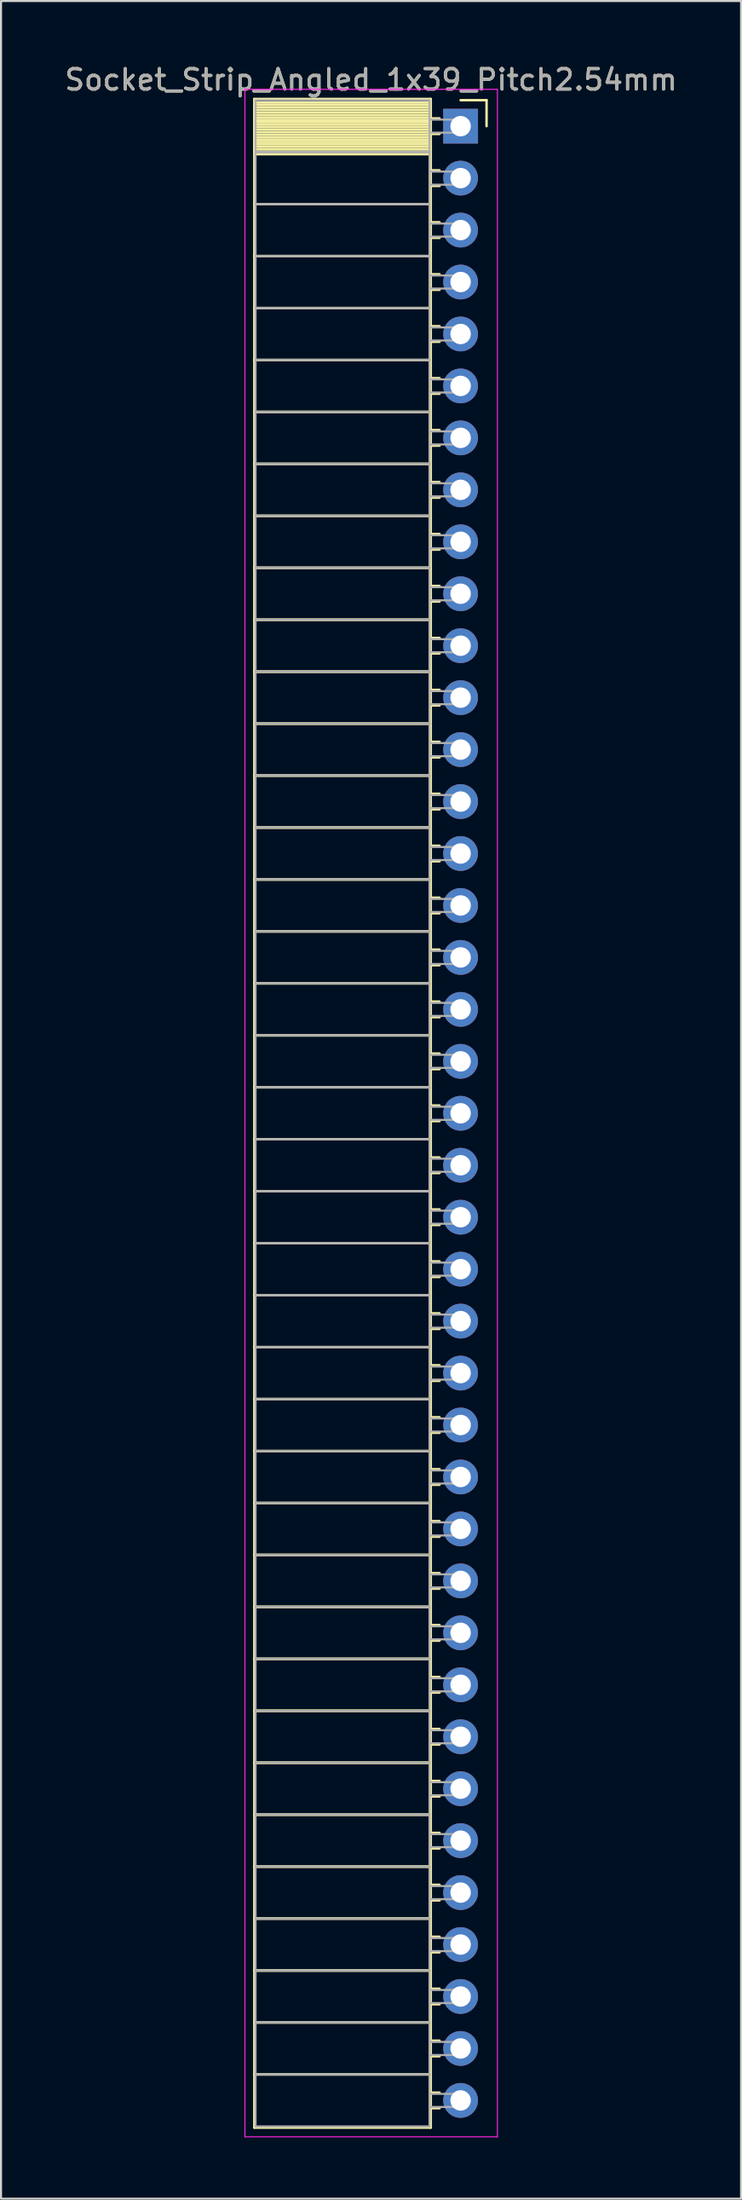
<source format=kicad_pcb>
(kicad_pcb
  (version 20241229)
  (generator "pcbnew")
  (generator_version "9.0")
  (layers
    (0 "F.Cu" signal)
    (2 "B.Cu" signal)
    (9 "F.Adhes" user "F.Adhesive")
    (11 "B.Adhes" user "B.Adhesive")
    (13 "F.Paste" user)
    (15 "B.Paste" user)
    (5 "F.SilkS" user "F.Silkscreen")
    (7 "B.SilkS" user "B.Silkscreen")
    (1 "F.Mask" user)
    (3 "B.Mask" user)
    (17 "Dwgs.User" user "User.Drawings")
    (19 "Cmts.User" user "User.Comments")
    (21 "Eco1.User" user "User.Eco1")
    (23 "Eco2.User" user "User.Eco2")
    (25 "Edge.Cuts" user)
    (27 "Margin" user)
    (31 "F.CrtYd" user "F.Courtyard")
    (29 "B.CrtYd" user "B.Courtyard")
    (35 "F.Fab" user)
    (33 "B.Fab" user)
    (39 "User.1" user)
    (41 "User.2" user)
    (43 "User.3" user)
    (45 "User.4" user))
  (footprint "Socket_Strip_Angled_1x39_Pitch2.54mm"
    (layer "F.Cu")
    (at 19.481 3.118)
    (property "Reference" "Socket_Strip_Angled_1x39_Pitch2.54mm" (at -4.38 -2.27 0) (layer "F.SilkS") (effects (font (size 1 1) (thickness 0.15))))
    (attr through_hole)
    (fp_line (start -10.09 -1.33) (end -1.46 -1.33) (stroke (width 0.12) (type solid)) (layer "F.SilkS"))
    (fp_line (start -10.09 1.27) (end -10.09 -1.33) (stroke (width 0.12) (type solid)) (layer "F.SilkS"))
    (fp_line (start -10.09 1.27) (end -1.46 1.27) (stroke (width 0.12) (type solid)) (layer "F.SilkS"))
    (fp_line (start -10.09 3.81) (end -10.09 1.27) (stroke (width 0.12) (type solid)) (layer "F.SilkS"))
    (fp_line (start -10.09 3.81) (end -1.46 3.81) (stroke (width 0.12) (type solid)) (layer "F.SilkS"))
    (fp_line (start -10.09 6.35) (end -10.09 3.81) (stroke (width 0.12) (type solid)) (layer "F.SilkS"))
    (fp_line (start -10.09 6.35) (end -1.46 6.35) (stroke (width 0.12) (type solid)) (layer "F.SilkS"))
    (fp_line (start -10.09 8.89) (end -10.09 6.35) (stroke (width 0.12) (type solid)) (layer "F.SilkS"))
    (fp_line (start -10.09 8.89) (end -1.46 8.89) (stroke (width 0.12) (type solid)) (layer "F.SilkS"))
    (fp_line (start -10.09 11.43) (end -10.09 8.89) (stroke (width 0.12) (type solid)) (layer "F.SilkS"))
    (fp_line (start -10.09 11.43) (end -1.46 11.43) (stroke (width 0.12) (type solid)) (layer "F.SilkS"))
    (fp_line (start -10.09 13.97) (end -10.09 11.43) (stroke (width 0.12) (type solid)) (layer "F.SilkS"))
    (fp_line (start -10.09 13.97) (end -1.46 13.97) (stroke (width 0.12) (type solid)) (layer "F.SilkS"))
    (fp_line (start -10.09 16.51) (end -10.09 13.97) (stroke (width 0.12) (type solid)) (layer "F.SilkS"))
    (fp_line (start -10.09 16.51) (end -1.46 16.51) (stroke (width 0.12) (type solid)) (layer "F.SilkS"))
    (fp_line (start -10.09 19.05) (end -10.09 16.51) (stroke (width 0.12) (type solid)) (layer "F.SilkS"))
    (fp_line (start -10.09 19.05) (end -1.46 19.05) (stroke (width 0.12) (type solid)) (layer "F.SilkS"))
    (fp_line (start -10.09 21.59) (end -10.09 19.05) (stroke (width 0.12) (type solid)) (layer "F.SilkS"))
    (fp_line (start -10.09 21.59) (end -1.46 21.59) (stroke (width 0.12) (type solid)) (layer "F.SilkS"))
    (fp_line (start -10.09 24.13) (end -10.09 21.59) (stroke (width 0.12) (type solid)) (layer "F.SilkS"))
    (fp_line (start -10.09 24.13) (end -1.46 24.13) (stroke (width 0.12) (type solid)) (layer "F.SilkS"))
    (fp_line (start -10.09 26.67) (end -10.09 24.13) (stroke (width 0.12) (type solid)) (layer "F.SilkS"))
    (fp_line (start -10.09 26.67) (end -1.46 26.67) (stroke (width 0.12) (type solid)) (layer "F.SilkS"))
    (fp_line (start -10.09 29.21) (end -10.09 26.67) (stroke (width 0.12) (type solid)) (layer "F.SilkS"))
    (fp_line (start -10.09 29.21) (end -1.46 29.21) (stroke (width 0.12) (type solid)) (layer "F.SilkS"))
    (fp_line (start -10.09 31.75) (end -10.09 29.21) (stroke (width 0.12) (type solid)) (layer "F.SilkS"))
    (fp_line (start -10.09 31.75) (end -1.46 31.75) (stroke (width 0.12) (type solid)) (layer "F.SilkS"))
    (fp_line (start -10.09 34.29) (end -10.09 31.75) (stroke (width 0.12) (type solid)) (layer "F.SilkS"))
    (fp_line (start -10.09 34.29) (end -1.46 34.29) (stroke (width 0.12) (type solid)) (layer "F.SilkS"))
    (fp_line (start -10.09 36.83) (end -10.09 34.29) (stroke (width 0.12) (type solid)) (layer "F.SilkS"))
    (fp_line (start -10.09 36.83) (end -1.46 36.83) (stroke (width 0.12) (type solid)) (layer "F.SilkS"))
    (fp_line (start -10.09 39.37) (end -10.09 36.83) (stroke (width 0.12) (type solid)) (layer "F.SilkS"))
    (fp_line (start -10.09 39.37) (end -1.46 39.37) (stroke (width 0.12) (type solid)) (layer "F.SilkS"))
    (fp_line (start -10.09 41.91) (end -10.09 39.37) (stroke (width 0.12) (type solid)) (layer "F.SilkS"))
    (fp_line (start -10.09 41.91) (end -1.46 41.91) (stroke (width 0.12) (type solid)) (layer "F.SilkS"))
    (fp_line (start -10.09 44.45) (end -10.09 41.91) (stroke (width 0.12) (type solid)) (layer "F.SilkS"))
    (fp_line (start -10.09 44.45) (end -1.46 44.45) (stroke (width 0.12) (type solid)) (layer "F.SilkS"))
    (fp_line (start -10.09 46.99) (end -10.09 44.45) (stroke (width 0.12) (type solid)) (layer "F.SilkS"))
    (fp_line (start -10.09 46.99) (end -1.46 46.99) (stroke (width 0.12) (type solid)) (layer "F.SilkS"))
    (fp_line (start -10.09 49.53) (end -10.09 46.99) (stroke (width 0.12) (type solid)) (layer "F.SilkS"))
    (fp_line (start -10.09 49.53) (end -1.46 49.53) (stroke (width 0.12) (type solid)) (layer "F.SilkS"))
    (fp_line (start -10.09 52.07) (end -10.09 49.53) (stroke (width 0.12) (type solid)) (layer "F.SilkS"))
    (fp_line (start -10.09 52.07) (end -1.46 52.07) (stroke (width 0.12) (type solid)) (layer "F.SilkS"))
    (fp_line (start -10.09 54.61) (end -10.09 52.07) (stroke (width 0.12) (type solid)) (layer "F.SilkS"))
    (fp_line (start -10.09 54.61) (end -1.46 54.61) (stroke (width 0.12) (type solid)) (layer "F.SilkS"))
    (fp_line (start -10.09 57.15) (end -10.09 54.61) (stroke (width 0.12) (type solid)) (layer "F.SilkS"))
    (fp_line (start -10.09 57.15) (end -1.46 57.15) (stroke (width 0.12) (type solid)) (layer "F.SilkS"))
    (fp_line (start -10.09 59.69) (end -10.09 57.15) (stroke (width 0.12) (type solid)) (layer "F.SilkS"))
    (fp_line (start -10.09 59.69) (end -1.46 59.69) (stroke (width 0.12) (type solid)) (layer "F.SilkS"))
    (fp_line (start -10.09 62.23) (end -10.09 59.69) (stroke (width 0.12) (type solid)) (layer "F.SilkS"))
    (fp_line (start -10.09 62.23) (end -1.46 62.23) (stroke (width 0.12) (type solid)) (layer "F.SilkS"))
    (fp_line (start -10.09 64.77) (end -10.09 62.23) (stroke (width 0.12) (type solid)) (layer "F.SilkS"))
    (fp_line (start -10.09 64.77) (end -1.46 64.77) (stroke (width 0.12) (type solid)) (layer "F.SilkS"))
    (fp_line (start -10.09 67.31) (end -10.09 64.77) (stroke (width 0.12) (type solid)) (layer "F.SilkS"))
    (fp_line (start -10.09 67.31) (end -1.46 67.31) (stroke (width 0.12) (type solid)) (layer "F.SilkS"))
    (fp_line (start -10.09 69.85) (end -10.09 67.31) (stroke (width 0.12) (type solid)) (layer "F.SilkS"))
    (fp_line (start -10.09 69.85) (end -1.46 69.85) (stroke (width 0.12) (type solid)) (layer "F.SilkS"))
    (fp_line (start -10.09 72.39) (end -10.09 69.85) (stroke (width 0.12) (type solid)) (layer "F.SilkS"))
    (fp_line (start -10.09 72.39) (end -1.46 72.39) (stroke (width 0.12) (type solid)) (layer "F.SilkS"))
    (fp_line (start -10.09 74.93) (end -10.09 72.39) (stroke (width 0.12) (type solid)) (layer "F.SilkS"))
    (fp_line (start -10.09 74.93) (end -1.46 74.93) (stroke (width 0.12) (type solid)) (layer "F.SilkS"))
    (fp_line (start -10.09 77.47) (end -10.09 74.93) (stroke (width 0.12) (type solid)) (layer "F.SilkS"))
    (fp_line (start -10.09 77.47) (end -1.46 77.47) (stroke (width 0.12) (type solid)) (layer "F.SilkS"))
    (fp_line (start -10.09 80.01) (end -10.09 77.47) (stroke (width 0.12) (type solid)) (layer "F.SilkS"))
    (fp_line (start -10.09 80.01) (end -1.46 80.01) (stroke (width 0.12) (type solid)) (layer "F.SilkS"))
    (fp_line (start -10.09 82.55) (end -10.09 80.01) (stroke (width 0.12) (type solid)) (layer "F.SilkS"))
    (fp_line (start -10.09 82.55) (end -1.46 82.55) (stroke (width 0.12) (type solid)) (layer "F.SilkS"))
    (fp_line (start -10.09 85.09) (end -10.09 82.55) (stroke (width 0.12) (type solid)) (layer "F.SilkS"))
    (fp_line (start -10.09 85.09) (end -1.46 85.09) (stroke (width 0.12) (type solid)) (layer "F.SilkS"))
    (fp_line (start -10.09 87.63) (end -10.09 85.09) (stroke (width 0.12) (type solid)) (layer "F.SilkS"))
    (fp_line (start -10.09 87.63) (end -1.46 87.63) (stroke (width 0.12) (type solid)) (layer "F.SilkS"))
    (fp_line (start -10.09 90.17) (end -10.09 87.63) (stroke (width 0.12) (type solid)) (layer "F.SilkS"))
    (fp_line (start -10.09 90.17) (end -1.46 90.17) (stroke (width 0.12) (type solid)) (layer "F.SilkS"))
    (fp_line (start -10.09 92.71) (end -10.09 90.17) (stroke (width 0.12) (type solid)) (layer "F.SilkS"))
    (fp_line (start -10.09 92.71) (end -1.46 92.71) (stroke (width 0.12) (type solid)) (layer "F.SilkS"))
    (fp_line (start -10.09 95.25) (end -10.09 92.71) (stroke (width 0.12) (type solid)) (layer "F.SilkS"))
    (fp_line (start -10.09 95.25) (end -1.46 95.25) (stroke (width 0.12) (type solid)) (layer "F.SilkS"))
    (fp_line (start -10.09 97.85) (end -10.09 95.25) (stroke (width 0.12) (type solid)) (layer "F.SilkS"))
    (fp_line (start -1.46 -1.33) (end -1.46 1.27) (stroke (width 0.12) (type solid)) (layer "F.SilkS"))
    (fp_line (start -1.46 -1.15) (end -10.09 -1.15) (stroke (width 0.12) (type solid)) (layer "F.SilkS"))
    (fp_line (start -1.46 -1.03) (end -10.09 -1.03) (stroke (width 0.12) (type solid)) (layer "F.SilkS"))
    (fp_line (start -1.46 -0.91) (end -10.09 -0.91) (stroke (width 0.12) (type solid)) (layer "F.SilkS"))
    (fp_line (start -1.46 -0.79) (end -10.09 -0.79) (stroke (width 0.12) (type solid)) (layer "F.SilkS"))
    (fp_line (start -1.46 -0.67) (end -10.09 -0.67) (stroke (width 0.12) (type solid)) (layer "F.SilkS"))
    (fp_line (start -1.46 -0.55) (end -10.09 -0.55) (stroke (width 0.12) (type solid)) (layer "F.SilkS"))
    (fp_line (start -1.46 -0.43) (end -10.09 -0.43) (stroke (width 0.12) (type solid)) (layer "F.SilkS"))
    (fp_line (start -1.46 -0.31) (end -10.09 -0.31) (stroke (width 0.12) (type solid)) (layer "F.SilkS"))
    (fp_line (start -1.46 -0.19) (end -10.09 -0.19) (stroke (width 0.12) (type solid)) (layer "F.SilkS"))
    (fp_line (start -1.46 -0.07) (end -10.09 -0.07) (stroke (width 0.12) (type solid)) (layer "F.SilkS"))
    (fp_line (start -1.46 0.05) (end -10.09 0.05) (stroke (width 0.12) (type solid)) (layer "F.SilkS"))
    (fp_line (start -1.46 0.17) (end -10.09 0.17) (stroke (width 0.12) (type solid)) (layer "F.SilkS"))
    (fp_line (start -1.46 0.29) (end -10.09 0.29) (stroke (width 0.12) (type solid)) (layer "F.SilkS"))
    (fp_line (start -1.46 0.41) (end -10.09 0.41) (stroke (width 0.12) (type solid)) (layer "F.SilkS"))
    (fp_line (start -1.46 0.53) (end -10.09 0.53) (stroke (width 0.12) (type solid)) (layer "F.SilkS"))
    (fp_line (start -1.46 0.65) (end -10.09 0.65) (stroke (width 0.12) (type solid)) (layer "F.SilkS"))
    (fp_line (start -1.46 0.77) (end -10.09 0.77) (stroke (width 0.12) (type solid)) (layer "F.SilkS"))
    (fp_line (start -1.46 0.89) (end -10.09 0.89) (stroke (width 0.12) (type solid)) (layer "F.SilkS"))
    (fp_line (start -1.46 1.01) (end -10.09 1.01) (stroke (width 0.12) (type solid)) (layer "F.SilkS"))
    (fp_line (start -1.46 1.13) (end -10.09 1.13) (stroke (width 0.12) (type solid)) (layer "F.SilkS"))
    (fp_line (start -1.46 1.25) (end -10.09 1.25) (stroke (width 0.12) (type solid)) (layer "F.SilkS"))
    (fp_line (start -1.46 1.27) (end -10.09 1.27) (stroke (width 0.12) (type solid)) (layer "F.SilkS"))
    (fp_line (start -1.46 1.27) (end -1.46 3.81) (stroke (width 0.12) (type solid)) (layer "F.SilkS"))
    (fp_line (start -1.46 1.37) (end -10.09 1.37) (stroke (width 0.12) (type solid)) (layer "F.SilkS"))
    (fp_line (start -1.46 3.81) (end -10.09 3.81) (stroke (width 0.12) (type solid)) (layer "F.SilkS"))
    (fp_line (start -1.46 3.81) (end -1.46 6.35) (stroke (width 0.12) (type solid)) (layer "F.SilkS"))
    (fp_line (start -1.46 6.35) (end -10.09 6.35) (stroke (width 0.12) (type solid)) (layer "F.SilkS"))
    (fp_line (start -1.46 6.35) (end -1.46 8.89) (stroke (width 0.12) (type solid)) (layer "F.SilkS"))
    (fp_line (start -1.46 8.89) (end -10.09 8.89) (stroke (width 0.12) (type solid)) (layer "F.SilkS"))
    (fp_line (start -1.46 8.89) (end -1.46 11.43) (stroke (width 0.12) (type solid)) (layer "F.SilkS"))
    (fp_line (start -1.46 11.43) (end -10.09 11.43) (stroke (width 0.12) (type solid)) (layer "F.SilkS"))
    (fp_line (start -1.46 11.43) (end -1.46 13.97) (stroke (width 0.12) (type solid)) (layer "F.SilkS"))
    (fp_line (start -1.46 13.97) (end -10.09 13.97) (stroke (width 0.12) (type solid)) (layer "F.SilkS"))
    (fp_line (start -1.46 13.97) (end -1.46 16.51) (stroke (width 0.12) (type solid)) (layer "F.SilkS"))
    (fp_line (start -1.46 16.51) (end -10.09 16.51) (stroke (width 0.12) (type solid)) (layer "F.SilkS"))
    (fp_line (start -1.46 16.51) (end -1.46 19.05) (stroke (width 0.12) (type solid)) (layer "F.SilkS"))
    (fp_line (start -1.46 19.05) (end -10.09 19.05) (stroke (width 0.12) (type solid)) (layer "F.SilkS"))
    (fp_line (start -1.46 19.05) (end -1.46 21.59) (stroke (width 0.12) (type solid)) (layer "F.SilkS"))
    (fp_line (start -1.46 21.59) (end -10.09 21.59) (stroke (width 0.12) (type solid)) (layer "F.SilkS"))
    (fp_line (start -1.46 21.59) (end -1.46 24.13) (stroke (width 0.12) (type solid)) (layer "F.SilkS"))
    (fp_line (start -1.46 24.13) (end -10.09 24.13) (stroke (width 0.12) (type solid)) (layer "F.SilkS"))
    (fp_line (start -1.46 24.13) (end -1.46 26.67) (stroke (width 0.12) (type solid)) (layer "F.SilkS"))
    (fp_line (start -1.46 26.67) (end -10.09 26.67) (stroke (width 0.12) (type solid)) (layer "F.SilkS"))
    (fp_line (start -1.46 26.67) (end -1.46 29.21) (stroke (width 0.12) (type solid)) (layer "F.SilkS"))
    (fp_line (start -1.46 29.21) (end -10.09 29.21) (stroke (width 0.12) (type solid)) (layer "F.SilkS"))
    (fp_line (start -1.46 29.21) (end -1.46 31.75) (stroke (width 0.12) (type solid)) (layer "F.SilkS"))
    (fp_line (start -1.46 31.75) (end -10.09 31.75) (stroke (width 0.12) (type solid)) (layer "F.SilkS"))
    (fp_line (start -1.46 31.75) (end -1.46 34.29) (stroke (width 0.12) (type solid)) (layer "F.SilkS"))
    (fp_line (start -1.46 34.29) (end -10.09 34.29) (stroke (width 0.12) (type solid)) (layer "F.SilkS"))
    (fp_line (start -1.46 34.29) (end -1.46 36.83) (stroke (width 0.12) (type solid)) (layer "F.SilkS"))
    (fp_line (start -1.46 36.83) (end -10.09 36.83) (stroke (width 0.12) (type solid)) (layer "F.SilkS"))
    (fp_line (start -1.46 36.83) (end -1.46 39.37) (stroke (width 0.12) (type solid)) (layer "F.SilkS"))
    (fp_line (start -1.46 39.37) (end -10.09 39.37) (stroke (width 0.12) (type solid)) (layer "F.SilkS"))
    (fp_line (start -1.46 39.37) (end -1.46 41.91) (stroke (width 0.12) (type solid)) (layer "F.SilkS"))
    (fp_line (start -1.46 41.91) (end -10.09 41.91) (stroke (width 0.12) (type solid)) (layer "F.SilkS"))
    (fp_line (start -1.46 41.91) (end -1.46 44.45) (stroke (width 0.12) (type solid)) (layer "F.SilkS"))
    (fp_line (start -1.46 44.45) (end -10.09 44.45) (stroke (width 0.12) (type solid)) (layer "F.SilkS"))
    (fp_line (start -1.46 44.45) (end -1.46 46.99) (stroke (width 0.12) (type solid)) (layer "F.SilkS"))
    (fp_line (start -1.46 46.99) (end -10.09 46.99) (stroke (width 0.12) (type solid)) (layer "F.SilkS"))
    (fp_line (start -1.46 46.99) (end -1.46 49.53) (stroke (width 0.12) (type solid)) (layer "F.SilkS"))
    (fp_line (start -1.46 49.53) (end -10.09 49.53) (stroke (width 0.12) (type solid)) (layer "F.SilkS"))
    (fp_line (start -1.46 49.53) (end -1.46 52.07) (stroke (width 0.12) (type solid)) (layer "F.SilkS"))
    (fp_line (start -1.46 52.07) (end -10.09 52.07) (stroke (width 0.12) (type solid)) (layer "F.SilkS"))
    (fp_line (start -1.46 52.07) (end -1.46 54.61) (stroke (width 0.12) (type solid)) (layer "F.SilkS"))
    (fp_line (start -1.46 54.61) (end -10.09 54.61) (stroke (width 0.12) (type solid)) (layer "F.SilkS"))
    (fp_line (start -1.46 54.61) (end -1.46 57.15) (stroke (width 0.12) (type solid)) (layer "F.SilkS"))
    (fp_line (start -1.46 57.15) (end -10.09 57.15) (stroke (width 0.12) (type solid)) (layer "F.SilkS"))
    (fp_line (start -1.46 57.15) (end -1.46 59.69) (stroke (width 0.12) (type solid)) (layer "F.SilkS"))
    (fp_line (start -1.46 59.69) (end -10.09 59.69) (stroke (width 0.12) (type solid)) (layer "F.SilkS"))
    (fp_line (start -1.46 59.69) (end -1.46 62.23) (stroke (width 0.12) (type solid)) (layer "F.SilkS"))
    (fp_line (start -1.46 62.23) (end -10.09 62.23) (stroke (width 0.12) (type solid)) (layer "F.SilkS"))
    (fp_line (start -1.46 62.23) (end -1.46 64.77) (stroke (width 0.12) (type solid)) (layer "F.SilkS"))
    (fp_line (start -1.46 64.77) (end -10.09 64.77) (stroke (width 0.12) (type solid)) (layer "F.SilkS"))
    (fp_line (start -1.46 64.77) (end -1.46 67.31) (stroke (width 0.12) (type solid)) (layer "F.SilkS"))
    (fp_line (start -1.46 67.31) (end -10.09 67.31) (stroke (width 0.12) (type solid)) (layer "F.SilkS"))
    (fp_line (start -1.46 67.31) (end -1.46 69.85) (stroke (width 0.12) (type solid)) (layer "F.SilkS"))
    (fp_line (start -1.46 69.85) (end -10.09 69.85) (stroke (width 0.12) (type solid)) (layer "F.SilkS"))
    (fp_line (start -1.46 69.85) (end -1.46 72.39) (stroke (width 0.12) (type solid)) (layer "F.SilkS"))
    (fp_line (start -1.46 72.39) (end -10.09 72.39) (stroke (width 0.12) (type solid)) (layer "F.SilkS"))
    (fp_line (start -1.46 72.39) (end -1.46 74.93) (stroke (width 0.12) (type solid)) (layer "F.SilkS"))
    (fp_line (start -1.46 74.93) (end -10.09 74.93) (stroke (width 0.12) (type solid)) (layer "F.SilkS"))
    (fp_line (start -1.46 74.93) (end -1.46 77.47) (stroke (width 0.12) (type solid)) (layer "F.SilkS"))
    (fp_line (start -1.46 77.47) (end -10.09 77.47) (stroke (width 0.12) (type solid)) (layer "F.SilkS"))
    (fp_line (start -1.46 77.47) (end -1.46 80.01) (stroke (width 0.12) (type solid)) (layer "F.SilkS"))
    (fp_line (start -1.46 80.01) (end -10.09 80.01) (stroke (width 0.12) (type solid)) (layer "F.SilkS"))
    (fp_line (start -1.46 80.01) (end -1.46 82.55) (stroke (width 0.12) (type solid)) (layer "F.SilkS"))
    (fp_line (start -1.46 82.55) (end -10.09 82.55) (stroke (width 0.12) (type solid)) (layer "F.SilkS"))
    (fp_line (start -1.46 82.55) (end -1.46 85.09) (stroke (width 0.12) (type solid)) (layer "F.SilkS"))
    (fp_line (start -1.46 85.09) (end -10.09 85.09) (stroke (width 0.12) (type solid)) (layer "F.SilkS"))
    (fp_line (start -1.46 85.09) (end -1.46 87.63) (stroke (width 0.12) (type solid)) (layer "F.SilkS"))
    (fp_line (start -1.46 87.63) (end -10.09 87.63) (stroke (width 0.12) (type solid)) (layer "F.SilkS"))
    (fp_line (start -1.46 87.63) (end -1.46 90.17) (stroke (width 0.12) (type solid)) (layer "F.SilkS"))
    (fp_line (start -1.46 90.17) (end -10.09 90.17) (stroke (width 0.12) (type solid)) (layer "F.SilkS"))
    (fp_line (start -1.46 90.17) (end -1.46 92.71) (stroke (width 0.12) (type solid)) (layer "F.SilkS"))
    (fp_line (start -1.46 92.71) (end -10.09 92.71) (stroke (width 0.12) (type solid)) (layer "F.SilkS"))
    (fp_line (start -1.46 92.71) (end -1.46 95.25) (stroke (width 0.12) (type solid)) (layer "F.SilkS"))
    (fp_line (start -1.46 95.25) (end -10.09 95.25) (stroke (width 0.12) (type solid)) (layer "F.SilkS"))
    (fp_line (start -1.46 95.25) (end -1.46 97.85) (stroke (width 0.12) (type solid)) (layer "F.SilkS"))
    (fp_line (start -1.46 97.85) (end -10.09 97.85) (stroke (width 0.12) (type solid)) (layer "F.SilkS"))
    (fp_line (start -1.03 -0.38) (end -1.46 -0.38) (stroke (width 0.12) (type solid)) (layer "F.SilkS"))
    (fp_line (start -1.03 0.38) (end -1.46 0.38) (stroke (width 0.12) (type solid)) (layer "F.SilkS"))
    (fp_line (start -1.03 2.16) (end -1.46 2.16) (stroke (width 0.12) (type solid)) (layer "F.SilkS"))
    (fp_line (start -1.03 2.92) (end -1.46 2.92) (stroke (width 0.12) (type solid)) (layer "F.SilkS"))
    (fp_line (start -1.03 4.7) (end -1.46 4.7) (stroke (width 0.12) (type solid)) (layer "F.SilkS"))
    (fp_line (start -1.03 5.46) (end -1.46 5.46) (stroke (width 0.12) (type solid)) (layer "F.SilkS"))
    (fp_line (start -1.03 7.24) (end -1.46 7.24) (stroke (width 0.12) (type solid)) (layer "F.SilkS"))
    (fp_line (start -1.03 8) (end -1.46 8) (stroke (width 0.12) (type solid)) (layer "F.SilkS"))
    (fp_line (start -1.03 9.78) (end -1.46 9.78) (stroke (width 0.12) (type solid)) (layer "F.SilkS"))
    (fp_line (start -1.03 10.54) (end -1.46 10.54) (stroke (width 0.12) (type solid)) (layer "F.SilkS"))
    (fp_line (start -1.03 12.32) (end -1.46 12.32) (stroke (width 0.12) (type solid)) (layer "F.SilkS"))
    (fp_line (start -1.03 13.08) (end -1.46 13.08) (stroke (width 0.12) (type solid)) (layer "F.SilkS"))
    (fp_line (start -1.03 14.86) (end -1.46 14.86) (stroke (width 0.12) (type solid)) (layer "F.SilkS"))
    (fp_line (start -1.03 15.62) (end -1.46 15.62) (stroke (width 0.12) (type solid)) (layer "F.SilkS"))
    (fp_line (start -1.03 17.4) (end -1.46 17.4) (stroke (width 0.12) (type solid)) (layer "F.SilkS"))
    (fp_line (start -1.03 18.16) (end -1.46 18.16) (stroke (width 0.12) (type solid)) (layer "F.SilkS"))
    (fp_line (start -1.03 19.94) (end -1.46 19.94) (stroke (width 0.12) (type solid)) (layer "F.SilkS"))
    (fp_line (start -1.03 20.7) (end -1.46 20.7) (stroke (width 0.12) (type solid)) (layer "F.SilkS"))
    (fp_line (start -1.03 22.48) (end -1.46 22.48) (stroke (width 0.12) (type solid)) (layer "F.SilkS"))
    (fp_line (start -1.03 23.24) (end -1.46 23.24) (stroke (width 0.12) (type solid)) (layer "F.SilkS"))
    (fp_line (start -1.03 25.02) (end -1.46 25.02) (stroke (width 0.12) (type solid)) (layer "F.SilkS"))
    (fp_line (start -1.03 25.78) (end -1.46 25.78) (stroke (width 0.12) (type solid)) (layer "F.SilkS"))
    (fp_line (start -1.03 27.56) (end -1.46 27.56) (stroke (width 0.12) (type solid)) (layer "F.SilkS"))
    (fp_line (start -1.03 28.32) (end -1.46 28.32) (stroke (width 0.12) (type solid)) (layer "F.SilkS"))
    (fp_line (start -1.03 30.1) (end -1.46 30.1) (stroke (width 0.12) (type solid)) (layer "F.SilkS"))
    (fp_line (start -1.03 30.86) (end -1.46 30.86) (stroke (width 0.12) (type solid)) (layer "F.SilkS"))
    (fp_line (start -1.03 32.64) (end -1.46 32.64) (stroke (width 0.12) (type solid)) (layer "F.SilkS"))
    (fp_line (start -1.03 33.4) (end -1.46 33.4) (stroke (width 0.12) (type solid)) (layer "F.SilkS"))
    (fp_line (start -1.03 35.18) (end -1.46 35.18) (stroke (width 0.12) (type solid)) (layer "F.SilkS"))
    (fp_line (start -1.03 35.94) (end -1.46 35.94) (stroke (width 0.12) (type solid)) (layer "F.SilkS"))
    (fp_line (start -1.03 37.72) (end -1.46 37.72) (stroke (width 0.12) (type solid)) (layer "F.SilkS"))
    (fp_line (start -1.03 38.48) (end -1.46 38.48) (stroke (width 0.12) (type solid)) (layer "F.SilkS"))
    (fp_line (start -1.03 40.26) (end -1.46 40.26) (stroke (width 0.12) (type solid)) (layer "F.SilkS"))
    (fp_line (start -1.03 41.02) (end -1.46 41.02) (stroke (width 0.12) (type solid)) (layer "F.SilkS"))
    (fp_line (start -1.03 42.8) (end -1.46 42.8) (stroke (width 0.12) (type solid)) (layer "F.SilkS"))
    (fp_line (start -1.03 43.56) (end -1.46 43.56) (stroke (width 0.12) (type solid)) (layer "F.SilkS"))
    (fp_line (start -1.03 45.34) (end -1.46 45.34) (stroke (width 0.12) (type solid)) (layer "F.SilkS"))
    (fp_line (start -1.03 46.1) (end -1.46 46.1) (stroke (width 0.12) (type solid)) (layer "F.SilkS"))
    (fp_line (start -1.03 47.88) (end -1.46 47.88) (stroke (width 0.12) (type solid)) (layer "F.SilkS"))
    (fp_line (start -1.03 48.64) (end -1.46 48.64) (stroke (width 0.12) (type solid)) (layer "F.SilkS"))
    (fp_line (start -1.03 50.42) (end -1.46 50.42) (stroke (width 0.12) (type solid)) (layer "F.SilkS"))
    (fp_line (start -1.03 51.18) (end -1.46 51.18) (stroke (width 0.12) (type solid)) (layer "F.SilkS"))
    (fp_line (start -1.03 52.96) (end -1.46 52.96) (stroke (width 0.12) (type solid)) (layer "F.SilkS"))
    (fp_line (start -1.03 53.72) (end -1.46 53.72) (stroke (width 0.12) (type solid)) (layer "F.SilkS"))
    (fp_line (start -1.03 55.5) (end -1.46 55.5) (stroke (width 0.12) (type solid)) (layer "F.SilkS"))
    (fp_line (start -1.03 56.26) (end -1.46 56.26) (stroke (width 0.12) (type solid)) (layer "F.SilkS"))
    (fp_line (start -1.03 58.04) (end -1.46 58.04) (stroke (width 0.12) (type solid)) (layer "F.SilkS"))
    (fp_line (start -1.03 58.8) (end -1.46 58.8) (stroke (width 0.12) (type solid)) (layer "F.SilkS"))
    (fp_line (start -1.03 60.58) (end -1.46 60.58) (stroke (width 0.12) (type solid)) (layer "F.SilkS"))
    (fp_line (start -1.03 61.34) (end -1.46 61.34) (stroke (width 0.12) (type solid)) (layer "F.SilkS"))
    (fp_line (start -1.03 63.12) (end -1.46 63.12) (stroke (width 0.12) (type solid)) (layer "F.SilkS"))
    (fp_line (start -1.03 63.88) (end -1.46 63.88) (stroke (width 0.12) (type solid)) (layer "F.SilkS"))
    (fp_line (start -1.03 65.66) (end -1.46 65.66) (stroke (width 0.12) (type solid)) (layer "F.SilkS"))
    (fp_line (start -1.03 66.42) (end -1.46 66.42) (stroke (width 0.12) (type solid)) (layer "F.SilkS"))
    (fp_line (start -1.03 68.2) (end -1.46 68.2) (stroke (width 0.12) (type solid)) (layer "F.SilkS"))
    (fp_line (start -1.03 68.96) (end -1.46 68.96) (stroke (width 0.12) (type solid)) (layer "F.SilkS"))
    (fp_line (start -1.03 70.74) (end -1.46 70.74) (stroke (width 0.12) (type solid)) (layer "F.SilkS"))
    (fp_line (start -1.03 71.5) (end -1.46 71.5) (stroke (width 0.12) (type solid)) (layer "F.SilkS"))
    (fp_line (start -1.03 73.28) (end -1.46 73.28) (stroke (width 0.12) (type solid)) (layer "F.SilkS"))
    (fp_line (start -1.03 74.04) (end -1.46 74.04) (stroke (width 0.12) (type solid)) (layer "F.SilkS"))
    (fp_line (start -1.03 75.82) (end -1.46 75.82) (stroke (width 0.12) (type solid)) (layer "F.SilkS"))
    (fp_line (start -1.03 76.58) (end -1.46 76.58) (stroke (width 0.12) (type solid)) (layer "F.SilkS"))
    (fp_line (start -1.03 78.36) (end -1.46 78.36) (stroke (width 0.12) (type solid)) (layer "F.SilkS"))
    (fp_line (start -1.03 79.12) (end -1.46 79.12) (stroke (width 0.12) (type solid)) (layer "F.SilkS"))
    (fp_line (start -1.03 80.9) (end -1.46 80.9) (stroke (width 0.12) (type solid)) (layer "F.SilkS"))
    (fp_line (start -1.03 81.66) (end -1.46 81.66) (stroke (width 0.12) (type solid)) (layer "F.SilkS"))
    (fp_line (start -1.03 83.44) (end -1.46 83.44) (stroke (width 0.12) (type solid)) (layer "F.SilkS"))
    (fp_line (start -1.03 84.2) (end -1.46 84.2) (stroke (width 0.12) (type solid)) (layer "F.SilkS"))
    (fp_line (start -1.03 85.98) (end -1.46 85.98) (stroke (width 0.12) (type solid)) (layer "F.SilkS"))
    (fp_line (start -1.03 86.74) (end -1.46 86.74) (stroke (width 0.12) (type solid)) (layer "F.SilkS"))
    (fp_line (start -1.03 88.52) (end -1.46 88.52) (stroke (width 0.12) (type solid)) (layer "F.SilkS"))
    (fp_line (start -1.03 89.28) (end -1.46 89.28) (stroke (width 0.12) (type solid)) (layer "F.SilkS"))
    (fp_line (start -1.03 91.06) (end -1.46 91.06) (stroke (width 0.12) (type solid)) (layer "F.SilkS"))
    (fp_line (start -1.03 91.82) (end -1.46 91.82) (stroke (width 0.12) (type solid)) (layer "F.SilkS"))
    (fp_line (start -1.03 93.6) (end -1.46 93.6) (stroke (width 0.12) (type solid)) (layer "F.SilkS"))
    (fp_line (start -1.03 94.36) (end -1.46 94.36) (stroke (width 0.12) (type solid)) (layer "F.SilkS"))
    (fp_line (start -1.03 96.14) (end -1.46 96.14) (stroke (width 0.12) (type solid)) (layer "F.SilkS"))
    (fp_line (start -1.03 96.9) (end -1.46 96.9) (stroke (width 0.12) (type solid)) (layer "F.SilkS"))
    (fp_line (start 0 -1.27) (end 1.27 -1.27) (stroke (width 0.12) (type solid)) (layer "F.SilkS"))
    (fp_line (start 1.27 -1.27) (end 1.27 0) (stroke (width 0.12) (type solid)) (layer "F.SilkS"))
    (fp_line (start -10.55 -1.8) (end 1.8 -1.8) (stroke (width 0.05) (type solid)) (layer "F.CrtYd"))
    (fp_line (start -10.55 98.3) (end -10.55 -1.8) (stroke (width 0.05) (type solid)) (layer "F.CrtYd"))
    (fp_line (start 1.8 -1.8) (end 1.8 98.3) (stroke (width 0.05) (type solid)) (layer "F.CrtYd"))
    (fp_line (start 1.8 98.3) (end -10.55 98.3) (stroke (width 0.05) (type solid)) (layer "F.CrtYd"))
    (fp_line (start -10.03 -1.27) (end -1.52 -1.27) (stroke (width 0.1) (type solid)) (layer "F.Fab"))
    (fp_line (start -10.03 1.27) (end -10.03 -1.27) (stroke (width 0.1) (type solid)) (layer "F.Fab"))
    (fp_line (start -10.03 1.27) (end -1.52 1.27) (stroke (width 0.1) (type solid)) (layer "F.Fab"))
    (fp_line (start -10.03 3.81) (end -10.03 1.27) (stroke (width 0.1) (type solid)) (layer "F.Fab"))
    (fp_line (start -10.03 3.81) (end -1.52 3.81) (stroke (width 0.1) (type solid)) (layer "F.Fab"))
    (fp_line (start -10.03 6.35) (end -10.03 3.81) (stroke (width 0.1) (type solid)) (layer "F.Fab"))
    (fp_line (start -10.03 6.35) (end -1.52 6.35) (stroke (width 0.1) (type solid)) (layer "F.Fab"))
    (fp_line (start -10.03 8.89) (end -10.03 6.35) (stroke (width 0.1) (type solid)) (layer "F.Fab"))
    (fp_line (start -10.03 8.89) (end -1.52 8.89) (stroke (width 0.1) (type solid)) (layer "F.Fab"))
    (fp_line (start -10.03 11.43) (end -10.03 8.89) (stroke (width 0.1) (type solid)) (layer "F.Fab"))
    (fp_line (start -10.03 11.43) (end -1.52 11.43) (stroke (width 0.1) (type solid)) (layer "F.Fab"))
    (fp_line (start -10.03 13.97) (end -10.03 11.43) (stroke (width 0.1) (type solid)) (layer "F.Fab"))
    (fp_line (start -10.03 13.97) (end -1.52 13.97) (stroke (width 0.1) (type solid)) (layer "F.Fab"))
    (fp_line (start -10.03 16.51) (end -10.03 13.97) (stroke (width 0.1) (type solid)) (layer "F.Fab"))
    (fp_line (start -10.03 16.51) (end -1.52 16.51) (stroke (width 0.1) (type solid)) (layer "F.Fab"))
    (fp_line (start -10.03 19.05) (end -10.03 16.51) (stroke (width 0.1) (type solid)) (layer "F.Fab"))
    (fp_line (start -10.03 19.05) (end -1.52 19.05) (stroke (width 0.1) (type solid)) (layer "F.Fab"))
    (fp_line (start -10.03 21.59) (end -10.03 19.05) (stroke (width 0.1) (type solid)) (layer "F.Fab"))
    (fp_line (start -10.03 21.59) (end -1.52 21.59) (stroke (width 0.1) (type solid)) (layer "F.Fab"))
    (fp_line (start -10.03 24.13) (end -10.03 21.59) (stroke (width 0.1) (type solid)) (layer "F.Fab"))
    (fp_line (start -10.03 24.13) (end -1.52 24.13) (stroke (width 0.1) (type solid)) (layer "F.Fab"))
    (fp_line (start -10.03 26.67) (end -10.03 24.13) (stroke (width 0.1) (type solid)) (layer "F.Fab"))
    (fp_line (start -10.03 26.67) (end -1.52 26.67) (stroke (width 0.1) (type solid)) (layer "F.Fab"))
    (fp_line (start -10.03 29.21) (end -10.03 26.67) (stroke (width 0.1) (type solid)) (layer "F.Fab"))
    (fp_line (start -10.03 29.21) (end -1.52 29.21) (stroke (width 0.1) (type solid)) (layer "F.Fab"))
    (fp_line (start -10.03 31.75) (end -10.03 29.21) (stroke (width 0.1) (type solid)) (layer "F.Fab"))
    (fp_line (start -10.03 31.75) (end -1.52 31.75) (stroke (width 0.1) (type solid)) (layer "F.Fab"))
    (fp_line (start -10.03 34.29) (end -10.03 31.75) (stroke (width 0.1) (type solid)) (layer "F.Fab"))
    (fp_line (start -10.03 34.29) (end -1.52 34.29) (stroke (width 0.1) (type solid)) (layer "F.Fab"))
    (fp_line (start -10.03 36.83) (end -10.03 34.29) (stroke (width 0.1) (type solid)) (layer "F.Fab"))
    (fp_line (start -10.03 36.83) (end -1.52 36.83) (stroke (width 0.1) (type solid)) (layer "F.Fab"))
    (fp_line (start -10.03 39.37) (end -10.03 36.83) (stroke (width 0.1) (type solid)) (layer "F.Fab"))
    (fp_line (start -10.03 39.37) (end -1.52 39.37) (stroke (width 0.1) (type solid)) (layer "F.Fab"))
    (fp_line (start -10.03 41.91) (end -10.03 39.37) (stroke (width 0.1) (type solid)) (layer "F.Fab"))
    (fp_line (start -10.03 41.91) (end -1.52 41.91) (stroke (width 0.1) (type solid)) (layer "F.Fab"))
    (fp_line (start -10.03 44.45) (end -10.03 41.91) (stroke (width 0.1) (type solid)) (layer "F.Fab"))
    (fp_line (start -10.03 44.45) (end -1.52 44.45) (stroke (width 0.1) (type solid)) (layer "F.Fab"))
    (fp_line (start -10.03 46.99) (end -10.03 44.45) (stroke (width 0.1) (type solid)) (layer "F.Fab"))
    (fp_line (start -10.03 46.99) (end -1.52 46.99) (stroke (width 0.1) (type solid)) (layer "F.Fab"))
    (fp_line (start -10.03 49.53) (end -10.03 46.99) (stroke (width 0.1) (type solid)) (layer "F.Fab"))
    (fp_line (start -10.03 49.53) (end -1.52 49.53) (stroke (width 0.1) (type solid)) (layer "F.Fab"))
    (fp_line (start -10.03 52.07) (end -10.03 49.53) (stroke (width 0.1) (type solid)) (layer "F.Fab"))
    (fp_line (start -10.03 52.07) (end -1.52 52.07) (stroke (width 0.1) (type solid)) (layer "F.Fab"))
    (fp_line (start -10.03 54.61) (end -10.03 52.07) (stroke (width 0.1) (type solid)) (layer "F.Fab"))
    (fp_line (start -10.03 54.61) (end -1.52 54.61) (stroke (width 0.1) (type solid)) (layer "F.Fab"))
    (fp_line (start -10.03 57.15) (end -10.03 54.61) (stroke (width 0.1) (type solid)) (layer "F.Fab"))
    (fp_line (start -10.03 57.15) (end -1.52 57.15) (stroke (width 0.1) (type solid)) (layer "F.Fab"))
    (fp_line (start -10.03 59.69) (end -10.03 57.15) (stroke (width 0.1) (type solid)) (layer "F.Fab"))
    (fp_line (start -10.03 59.69) (end -1.52 59.69) (stroke (width 0.1) (type solid)) (layer "F.Fab"))
    (fp_line (start -10.03 62.23) (end -10.03 59.69) (stroke (width 0.1) (type solid)) (layer "F.Fab"))
    (fp_line (start -10.03 62.23) (end -1.52 62.23) (stroke (width 0.1) (type solid)) (layer "F.Fab"))
    (fp_line (start -10.03 64.77) (end -10.03 62.23) (stroke (width 0.1) (type solid)) (layer "F.Fab"))
    (fp_line (start -10.03 64.77) (end -1.52 64.77) (stroke (width 0.1) (type solid)) (layer "F.Fab"))
    (fp_line (start -10.03 67.31) (end -10.03 64.77) (stroke (width 0.1) (type solid)) (layer "F.Fab"))
    (fp_line (start -10.03 67.31) (end -1.52 67.31) (stroke (width 0.1) (type solid)) (layer "F.Fab"))
    (fp_line (start -10.03 69.85) (end -10.03 67.31) (stroke (width 0.1) (type solid)) (layer "F.Fab"))
    (fp_line (start -10.03 69.85) (end -1.52 69.85) (stroke (width 0.1) (type solid)) (layer "F.Fab"))
    (fp_line (start -10.03 72.39) (end -10.03 69.85) (stroke (width 0.1) (type solid)) (layer "F.Fab"))
    (fp_line (start -10.03 72.39) (end -1.52 72.39) (stroke (width 0.1) (type solid)) (layer "F.Fab"))
    (fp_line (start -10.03 74.93) (end -10.03 72.39) (stroke (width 0.1) (type solid)) (layer "F.Fab"))
    (fp_line (start -10.03 74.93) (end -1.52 74.93) (stroke (width 0.1) (type solid)) (layer "F.Fab"))
    (fp_line (start -10.03 77.47) (end -10.03 74.93) (stroke (width 0.1) (type solid)) (layer "F.Fab"))
    (fp_line (start -10.03 77.47) (end -1.52 77.47) (stroke (width 0.1) (type solid)) (layer "F.Fab"))
    (fp_line (start -10.03 80.01) (end -10.03 77.47) (stroke (width 0.1) (type solid)) (layer "F.Fab"))
    (fp_line (start -10.03 80.01) (end -1.52 80.01) (stroke (width 0.1) (type solid)) (layer "F.Fab"))
    (fp_line (start -10.03 82.55) (end -10.03 80.01) (stroke (width 0.1) (type solid)) (layer "F.Fab"))
    (fp_line (start -10.03 82.55) (end -1.52 82.55) (stroke (width 0.1) (type solid)) (layer "F.Fab"))
    (fp_line (start -10.03 85.09) (end -10.03 82.55) (stroke (width 0.1) (type solid)) (layer "F.Fab"))
    (fp_line (start -10.03 85.09) (end -1.52 85.09) (stroke (width 0.1) (type solid)) (layer "F.Fab"))
    (fp_line (start -10.03 87.63) (end -10.03 85.09) (stroke (width 0.1) (type solid)) (layer "F.Fab"))
    (fp_line (start -10.03 87.63) (end -1.52 87.63) (stroke (width 0.1) (type solid)) (layer "F.Fab"))
    (fp_line (start -10.03 90.17) (end -10.03 87.63) (stroke (width 0.1) (type solid)) (layer "F.Fab"))
    (fp_line (start -10.03 90.17) (end -1.52 90.17) (stroke (width 0.1) (type solid)) (layer "F.Fab"))
    (fp_line (start -10.03 92.71) (end -10.03 90.17) (stroke (width 0.1) (type solid)) (layer "F.Fab"))
    (fp_line (start -10.03 92.71) (end -1.52 92.71) (stroke (width 0.1) (type solid)) (layer "F.Fab"))
    (fp_line (start -10.03 95.25) (end -10.03 92.71) (stroke (width 0.1) (type solid)) (layer "F.Fab"))
    (fp_line (start -10.03 95.25) (end -1.52 95.25) (stroke (width 0.1) (type solid)) (layer "F.Fab"))
    (fp_line (start -10.03 97.79) (end -10.03 95.25) (stroke (width 0.1) (type solid)) (layer "F.Fab"))
    (fp_line (start -1.52 -1.27) (end -1.52 1.27) (stroke (width 0.1) (type solid)) (layer "F.Fab"))
    (fp_line (start -1.52 -0.32) (end 0 -0.32) (stroke (width 0.1) (type solid)) (layer "F.Fab"))
    (fp_line (start -1.52 0.32) (end -1.52 -0.32) (stroke (width 0.1) (type solid)) (layer "F.Fab"))
    (fp_line (start -1.52 1.27) (end -10.03 1.27) (stroke (width 0.1) (type solid)) (layer "F.Fab"))
    (fp_line (start -1.52 1.27) (end -1.52 3.81) (stroke (width 0.1) (type solid)) (layer "F.Fab"))
    (fp_line (start -1.52 2.22) (end 0 2.22) (stroke (width 0.1) (type solid)) (layer "F.Fab"))
    (fp_line (start -1.52 2.86) (end -1.52 2.22) (stroke (width 0.1) (type solid)) (layer "F.Fab"))
    (fp_line (start -1.52 3.81) (end -10.03 3.81) (stroke (width 0.1) (type solid)) (layer "F.Fab"))
    (fp_line (start -1.52 3.81) (end -1.52 6.35) (stroke (width 0.1) (type solid)) (layer "F.Fab"))
    (fp_line (start -1.52 4.76) (end 0 4.76) (stroke (width 0.1) (type solid)) (layer "F.Fab"))
    (fp_line (start -1.52 5.4) (end -1.52 4.76) (stroke (width 0.1) (type solid)) (layer "F.Fab"))
    (fp_line (start -1.52 6.35) (end -10.03 6.35) (stroke (width 0.1) (type solid)) (layer "F.Fab"))
    (fp_line (start -1.52 6.35) (end -1.52 8.89) (stroke (width 0.1) (type solid)) (layer "F.Fab"))
    (fp_line (start -1.52 7.3) (end 0 7.3) (stroke (width 0.1) (type solid)) (layer "F.Fab"))
    (fp_line (start -1.52 7.94) (end -1.52 7.3) (stroke (width 0.1) (type solid)) (layer "F.Fab"))
    (fp_line (start -1.52 8.89) (end -10.03 8.89) (stroke (width 0.1) (type solid)) (layer "F.Fab"))
    (fp_line (start -1.52 8.89) (end -1.52 11.43) (stroke (width 0.1) (type solid)) (layer "F.Fab"))
    (fp_line (start -1.52 9.84) (end 0 9.84) (stroke (width 0.1) (type solid)) (layer "F.Fab"))
    (fp_line (start -1.52 10.48) (end -1.52 9.84) (stroke (width 0.1) (type solid)) (layer "F.Fab"))
    (fp_line (start -1.52 11.43) (end -10.03 11.43) (stroke (width 0.1) (type solid)) (layer "F.Fab"))
    (fp_line (start -1.52 11.43) (end -1.52 13.97) (stroke (width 0.1) (type solid)) (layer "F.Fab"))
    (fp_line (start -1.52 12.38) (end 0 12.38) (stroke (width 0.1) (type solid)) (layer "F.Fab"))
    (fp_line (start -1.52 13.02) (end -1.52 12.38) (stroke (width 0.1) (type solid)) (layer "F.Fab"))
    (fp_line (start -1.52 13.97) (end -10.03 13.97) (stroke (width 0.1) (type solid)) (layer "F.Fab"))
    (fp_line (start -1.52 13.97) (end -1.52 16.51) (stroke (width 0.1) (type solid)) (layer "F.Fab"))
    (fp_line (start -1.52 14.92) (end 0 14.92) (stroke (width 0.1) (type solid)) (layer "F.Fab"))
    (fp_line (start -1.52 15.56) (end -1.52 14.92) (stroke (width 0.1) (type solid)) (layer "F.Fab"))
    (fp_line (start -1.52 16.51) (end -10.03 16.51) (stroke (width 0.1) (type solid)) (layer "F.Fab"))
    (fp_line (start -1.52 16.51) (end -1.52 19.05) (stroke (width 0.1) (type solid)) (layer "F.Fab"))
    (fp_line (start -1.52 17.46) (end 0 17.46) (stroke (width 0.1) (type solid)) (layer "F.Fab"))
    (fp_line (start -1.52 18.1) (end -1.52 17.46) (stroke (width 0.1) (type solid)) (layer "F.Fab"))
    (fp_line (start -1.52 19.05) (end -10.03 19.05) (stroke (width 0.1) (type solid)) (layer "F.Fab"))
    (fp_line (start -1.52 19.05) (end -1.52 21.59) (stroke (width 0.1) (type solid)) (layer "F.Fab"))
    (fp_line (start -1.52 20) (end 0 20) (stroke (width 0.1) (type solid)) (layer "F.Fab"))
    (fp_line (start -1.52 20.64) (end -1.52 20) (stroke (width 0.1) (type solid)) (layer "F.Fab"))
    (fp_line (start -1.52 21.59) (end -10.03 21.59) (stroke (width 0.1) (type solid)) (layer "F.Fab"))
    (fp_line (start -1.52 21.59) (end -1.52 24.13) (stroke (width 0.1) (type solid)) (layer "F.Fab"))
    (fp_line (start -1.52 22.54) (end 0 22.54) (stroke (width 0.1) (type solid)) (layer "F.Fab"))
    (fp_line (start -1.52 23.18) (end -1.52 22.54) (stroke (width 0.1) (type solid)) (layer "F.Fab"))
    (fp_line (start -1.52 24.13) (end -10.03 24.13) (stroke (width 0.1) (type solid)) (layer "F.Fab"))
    (fp_line (start -1.52 24.13) (end -1.52 26.67) (stroke (width 0.1) (type solid)) (layer "F.Fab"))
    (fp_line (start -1.52 25.08) (end 0 25.08) (stroke (width 0.1) (type solid)) (layer "F.Fab"))
    (fp_line (start -1.52 25.72) (end -1.52 25.08) (stroke (width 0.1) (type solid)) (layer "F.Fab"))
    (fp_line (start -1.52 26.67) (end -10.03 26.67) (stroke (width 0.1) (type solid)) (layer "F.Fab"))
    (fp_line (start -1.52 26.67) (end -1.52 29.21) (stroke (width 0.1) (type solid)) (layer "F.Fab"))
    (fp_line (start -1.52 27.62) (end 0 27.62) (stroke (width 0.1) (type solid)) (layer "F.Fab"))
    (fp_line (start -1.52 28.26) (end -1.52 27.62) (stroke (width 0.1) (type solid)) (layer "F.Fab"))
    (fp_line (start -1.52 29.21) (end -10.03 29.21) (stroke (width 0.1) (type solid)) (layer "F.Fab"))
    (fp_line (start -1.52 29.21) (end -1.52 31.75) (stroke (width 0.1) (type solid)) (layer "F.Fab"))
    (fp_line (start -1.52 30.16) (end 0 30.16) (stroke (width 0.1) (type solid)) (layer "F.Fab"))
    (fp_line (start -1.52 30.8) (end -1.52 30.16) (stroke (width 0.1) (type solid)) (layer "F.Fab"))
    (fp_line (start -1.52 31.75) (end -10.03 31.75) (stroke (width 0.1) (type solid)) (layer "F.Fab"))
    (fp_line (start -1.52 31.75) (end -1.52 34.29) (stroke (width 0.1) (type solid)) (layer "F.Fab"))
    (fp_line (start -1.52 32.7) (end 0 32.7) (stroke (width 0.1) (type solid)) (layer "F.Fab"))
    (fp_line (start -1.52 33.34) (end -1.52 32.7) (stroke (width 0.1) (type solid)) (layer "F.Fab"))
    (fp_line (start -1.52 34.29) (end -10.03 34.29) (stroke (width 0.1) (type solid)) (layer "F.Fab"))
    (fp_line (start -1.52 34.29) (end -1.52 36.83) (stroke (width 0.1) (type solid)) (layer "F.Fab"))
    (fp_line (start -1.52 35.24) (end 0 35.24) (stroke (width 0.1) (type solid)) (layer "F.Fab"))
    (fp_line (start -1.52 35.88) (end -1.52 35.24) (stroke (width 0.1) (type solid)) (layer "F.Fab"))
    (fp_line (start -1.52 36.83) (end -10.03 36.83) (stroke (width 0.1) (type solid)) (layer "F.Fab"))
    (fp_line (start -1.52 36.83) (end -1.52 39.37) (stroke (width 0.1) (type solid)) (layer "F.Fab"))
    (fp_line (start -1.52 37.78) (end 0 37.78) (stroke (width 0.1) (type solid)) (layer "F.Fab"))
    (fp_line (start -1.52 38.42) (end -1.52 37.78) (stroke (width 0.1) (type solid)) (layer "F.Fab"))
    (fp_line (start -1.52 39.37) (end -10.03 39.37) (stroke (width 0.1) (type solid)) (layer "F.Fab"))
    (fp_line (start -1.52 39.37) (end -1.52 41.91) (stroke (width 0.1) (type solid)) (layer "F.Fab"))
    (fp_line (start -1.52 40.32) (end 0 40.32) (stroke (width 0.1) (type solid)) (layer "F.Fab"))
    (fp_line (start -1.52 40.96) (end -1.52 40.32) (stroke (width 0.1) (type solid)) (layer "F.Fab"))
    (fp_line (start -1.52 41.91) (end -10.03 41.91) (stroke (width 0.1) (type solid)) (layer "F.Fab"))
    (fp_line (start -1.52 41.91) (end -1.52 44.45) (stroke (width 0.1) (type solid)) (layer "F.Fab"))
    (fp_line (start -1.52 42.86) (end 0 42.86) (stroke (width 0.1) (type solid)) (layer "F.Fab"))
    (fp_line (start -1.52 43.5) (end -1.52 42.86) (stroke (width 0.1) (type solid)) (layer "F.Fab"))
    (fp_line (start -1.52 44.45) (end -10.03 44.45) (stroke (width 0.1) (type solid)) (layer "F.Fab"))
    (fp_line (start -1.52 44.45) (end -1.52 46.99) (stroke (width 0.1) (type solid)) (layer "F.Fab"))
    (fp_line (start -1.52 45.4) (end 0 45.4) (stroke (width 0.1) (type solid)) (layer "F.Fab"))
    (fp_line (start -1.52 46.04) (end -1.52 45.4) (stroke (width 0.1) (type solid)) (layer "F.Fab"))
    (fp_line (start -1.52 46.99) (end -10.03 46.99) (stroke (width 0.1) (type solid)) (layer "F.Fab"))
    (fp_line (start -1.52 46.99) (end -1.52 49.53) (stroke (width 0.1) (type solid)) (layer "F.Fab"))
    (fp_line (start -1.52 47.94) (end 0 47.94) (stroke (width 0.1) (type solid)) (layer "F.Fab"))
    (fp_line (start -1.52 48.58) (end -1.52 47.94) (stroke (width 0.1) (type solid)) (layer "F.Fab"))
    (fp_line (start -1.52 49.53) (end -10.03 49.53) (stroke (width 0.1) (type solid)) (layer "F.Fab"))
    (fp_line (start -1.52 49.53) (end -1.52 52.07) (stroke (width 0.1) (type solid)) (layer "F.Fab"))
    (fp_line (start -1.52 50.48) (end 0 50.48) (stroke (width 0.1) (type solid)) (layer "F.Fab"))
    (fp_line (start -1.52 51.12) (end -1.52 50.48) (stroke (width 0.1) (type solid)) (layer "F.Fab"))
    (fp_line (start -1.52 52.07) (end -10.03 52.07) (stroke (width 0.1) (type solid)) (layer "F.Fab"))
    (fp_line (start -1.52 52.07) (end -1.52 54.61) (stroke (width 0.1) (type solid)) (layer "F.Fab"))
    (fp_line (start -1.52 53.02) (end 0 53.02) (stroke (width 0.1) (type solid)) (layer "F.Fab"))
    (fp_line (start -1.52 53.66) (end -1.52 53.02) (stroke (width 0.1) (type solid)) (layer "F.Fab"))
    (fp_line (start -1.52 54.61) (end -10.03 54.61) (stroke (width 0.1) (type solid)) (layer "F.Fab"))
    (fp_line (start -1.52 54.61) (end -1.52 57.15) (stroke (width 0.1) (type solid)) (layer "F.Fab"))
    (fp_line (start -1.52 55.56) (end 0 55.56) (stroke (width 0.1) (type solid)) (layer "F.Fab"))
    (fp_line (start -1.52 56.2) (end -1.52 55.56) (stroke (width 0.1) (type solid)) (layer "F.Fab"))
    (fp_line (start -1.52 57.15) (end -10.03 57.15) (stroke (width 0.1) (type solid)) (layer "F.Fab"))
    (fp_line (start -1.52 57.15) (end -1.52 59.69) (stroke (width 0.1) (type solid)) (layer "F.Fab"))
    (fp_line (start -1.52 58.1) (end 0 58.1) (stroke (width 0.1) (type solid)) (layer "F.Fab"))
    (fp_line (start -1.52 58.74) (end -1.52 58.1) (stroke (width 0.1) (type solid)) (layer "F.Fab"))
    (fp_line (start -1.52 59.69) (end -10.03 59.69) (stroke (width 0.1) (type solid)) (layer "F.Fab"))
    (fp_line (start -1.52 59.69) (end -1.52 62.23) (stroke (width 0.1) (type solid)) (layer "F.Fab"))
    (fp_line (start -1.52 60.64) (end 0 60.64) (stroke (width 0.1) (type solid)) (layer "F.Fab"))
    (fp_line (start -1.52 61.28) (end -1.52 60.64) (stroke (width 0.1) (type solid)) (layer "F.Fab"))
    (fp_line (start -1.52 62.23) (end -10.03 62.23) (stroke (width 0.1) (type solid)) (layer "F.Fab"))
    (fp_line (start -1.52 62.23) (end -1.52 64.77) (stroke (width 0.1) (type solid)) (layer "F.Fab"))
    (fp_line (start -1.52 63.18) (end 0 63.18) (stroke (width 0.1) (type solid)) (layer "F.Fab"))
    (fp_line (start -1.52 63.82) (end -1.52 63.18) (stroke (width 0.1) (type solid)) (layer "F.Fab"))
    (fp_line (start -1.52 64.77) (end -10.03 64.77) (stroke (width 0.1) (type solid)) (layer "F.Fab"))
    (fp_line (start -1.52 64.77) (end -1.52 67.31) (stroke (width 0.1) (type solid)) (layer "F.Fab"))
    (fp_line (start -1.52 65.72) (end 0 65.72) (stroke (width 0.1) (type solid)) (layer "F.Fab"))
    (fp_line (start -1.52 66.36) (end -1.52 65.72) (stroke (width 0.1) (type solid)) (layer "F.Fab"))
    (fp_line (start -1.52 67.31) (end -10.03 67.31) (stroke (width 0.1) (type solid)) (layer "F.Fab"))
    (fp_line (start -1.52 67.31) (end -1.52 69.85) (stroke (width 0.1) (type solid)) (layer "F.Fab"))
    (fp_line (start -1.52 68.26) (end 0 68.26) (stroke (width 0.1) (type solid)) (layer "F.Fab"))
    (fp_line (start -1.52 68.9) (end -1.52 68.26) (stroke (width 0.1) (type solid)) (layer "F.Fab"))
    (fp_line (start -1.52 69.85) (end -10.03 69.85) (stroke (width 0.1) (type solid)) (layer "F.Fab"))
    (fp_line (start -1.52 69.85) (end -1.52 72.39) (stroke (width 0.1) (type solid)) (layer "F.Fab"))
    (fp_line (start -1.52 70.8) (end 0 70.8) (stroke (width 0.1) (type solid)) (layer "F.Fab"))
    (fp_line (start -1.52 71.44) (end -1.52 70.8) (stroke (width 0.1) (type solid)) (layer "F.Fab"))
    (fp_line (start -1.52 72.39) (end -10.03 72.39) (stroke (width 0.1) (type solid)) (layer "F.Fab"))
    (fp_line (start -1.52 72.39) (end -1.52 74.93) (stroke (width 0.1) (type solid)) (layer "F.Fab"))
    (fp_line (start -1.52 73.34) (end 0 73.34) (stroke (width 0.1) (type solid)) (layer "F.Fab"))
    (fp_line (start -1.52 73.98) (end -1.52 73.34) (stroke (width 0.1) (type solid)) (layer "F.Fab"))
    (fp_line (start -1.52 74.93) (end -10.03 74.93) (stroke (width 0.1) (type solid)) (layer "F.Fab"))
    (fp_line (start -1.52 74.93) (end -1.52 77.47) (stroke (width 0.1) (type solid)) (layer "F.Fab"))
    (fp_line (start -1.52 75.88) (end 0 75.88) (stroke (width 0.1) (type solid)) (layer "F.Fab"))
    (fp_line (start -1.52 76.52) (end -1.52 75.88) (stroke (width 0.1) (type solid)) (layer "F.Fab"))
    (fp_line (start -1.52 77.47) (end -10.03 77.47) (stroke (width 0.1) (type solid)) (layer "F.Fab"))
    (fp_line (start -1.52 77.47) (end -1.52 80.01) (stroke (width 0.1) (type solid)) (layer "F.Fab"))
    (fp_line (start -1.52 78.42) (end 0 78.42) (stroke (width 0.1) (type solid)) (layer "F.Fab"))
    (fp_line (start -1.52 79.06) (end -1.52 78.42) (stroke (width 0.1) (type solid)) (layer "F.Fab"))
    (fp_line (start -1.52 80.01) (end -10.03 80.01) (stroke (width 0.1) (type solid)) (layer "F.Fab"))
    (fp_line (start -1.52 80.01) (end -1.52 82.55) (stroke (width 0.1) (type solid)) (layer "F.Fab"))
    (fp_line (start -1.52 80.96) (end 0 80.96) (stroke (width 0.1) (type solid)) (layer "F.Fab"))
    (fp_line (start -1.52 81.6) (end -1.52 80.96) (stroke (width 0.1) (type solid)) (layer "F.Fab"))
    (fp_line (start -1.52 82.55) (end -10.03 82.55) (stroke (width 0.1) (type solid)) (layer "F.Fab"))
    (fp_line (start -1.52 82.55) (end -1.52 85.09) (stroke (width 0.1) (type solid)) (layer "F.Fab"))
    (fp_line (start -1.52 83.5) (end 0 83.5) (stroke (width 0.1) (type solid)) (layer "F.Fab"))
    (fp_line (start -1.52 84.14) (end -1.52 83.5) (stroke (width 0.1) (type solid)) (layer "F.Fab"))
    (fp_line (start -1.52 85.09) (end -10.03 85.09) (stroke (width 0.1) (type solid)) (layer "F.Fab"))
    (fp_line (start -1.52 85.09) (end -1.52 87.63) (stroke (width 0.1) (type solid)) (layer "F.Fab"))
    (fp_line (start -1.52 86.04) (end 0 86.04) (stroke (width 0.1) (type solid)) (layer "F.Fab"))
    (fp_line (start -1.52 86.68) (end -1.52 86.04) (stroke (width 0.1) (type solid)) (layer "F.Fab"))
    (fp_line (start -1.52 87.63) (end -10.03 87.63) (stroke (width 0.1) (type solid)) (layer "F.Fab"))
    (fp_line (start -1.52 87.63) (end -1.52 90.17) (stroke (width 0.1) (type solid)) (layer "F.Fab"))
    (fp_line (start -1.52 88.58) (end 0 88.58) (stroke (width 0.1) (type solid)) (layer "F.Fab"))
    (fp_line (start -1.52 89.22) (end -1.52 88.58) (stroke (width 0.1) (type solid)) (layer "F.Fab"))
    (fp_line (start -1.52 90.17) (end -10.03 90.17) (stroke (width 0.1) (type solid)) (layer "F.Fab"))
    (fp_line (start -1.52 90.17) (end -1.52 92.71) (stroke (width 0.1) (type solid)) (layer "F.Fab"))
    (fp_line (start -1.52 91.12) (end 0 91.12) (stroke (width 0.1) (type solid)) (layer "F.Fab"))
    (fp_line (start -1.52 91.76) (end -1.52 91.12) (stroke (width 0.1) (type solid)) (layer "F.Fab"))
    (fp_line (start -1.52 92.71) (end -10.03 92.71) (stroke (width 0.1) (type solid)) (layer "F.Fab"))
    (fp_line (start -1.52 92.71) (end -1.52 95.25) (stroke (width 0.1) (type solid)) (layer "F.Fab"))
    (fp_line (start -1.52 93.66) (end 0 93.66) (stroke (width 0.1) (type solid)) (layer "F.Fab"))
    (fp_line (start -1.52 94.3) (end -1.52 93.66) (stroke (width 0.1) (type solid)) (layer "F.Fab"))
    (fp_line (start -1.52 95.25) (end -10.03 95.25) (stroke (width 0.1) (type solid)) (layer "F.Fab"))
    (fp_line (start -1.52 95.25) (end -1.52 97.79) (stroke (width 0.1) (type solid)) (layer "F.Fab"))
    (fp_line (start -1.52 96.2) (end 0 96.2) (stroke (width 0.1) (type solid)) (layer "F.Fab"))
    (fp_line (start -1.52 96.84) (end -1.52 96.2) (stroke (width 0.1) (type solid)) (layer "F.Fab"))
    (fp_line (start -1.52 97.79) (end -10.03 97.79) (stroke (width 0.1) (type solid)) (layer "F.Fab"))
    (fp_line (start 0 -0.32) (end 0 0.32) (stroke (width 0.1) (type solid)) (layer "F.Fab"))
    (fp_line (start 0 0.32) (end -1.52 0.32) (stroke (width 0.1) (type solid)) (layer "F.Fab"))
    (fp_line (start 0 2.22) (end 0 2.86) (stroke (width 0.1) (type solid)) (layer "F.Fab"))
    (fp_line (start 0 2.86) (end -1.52 2.86) (stroke (width 0.1) (type solid)) (layer "F.Fab"))
    (fp_line (start 0 4.76) (end 0 5.4) (stroke (width 0.1) (type solid)) (layer "F.Fab"))
    (fp_line (start 0 5.4) (end -1.52 5.4) (stroke (width 0.1) (type solid)) (layer "F.Fab"))
    (fp_line (start 0 7.3) (end 0 7.94) (stroke (width 0.1) (type solid)) (layer "F.Fab"))
    (fp_line (start 0 7.94) (end -1.52 7.94) (stroke (width 0.1) (type solid)) (layer "F.Fab"))
    (fp_line (start 0 9.84) (end 0 10.48) (stroke (width 0.1) (type solid)) (layer "F.Fab"))
    (fp_line (start 0 10.48) (end -1.52 10.48) (stroke (width 0.1) (type solid)) (layer "F.Fab"))
    (fp_line (start 0 12.38) (end 0 13.02) (stroke (width 0.1) (type solid)) (layer "F.Fab"))
    (fp_line (start 0 13.02) (end -1.52 13.02) (stroke (width 0.1) (type solid)) (layer "F.Fab"))
    (fp_line (start 0 14.92) (end 0 15.56) (stroke (width 0.1) (type solid)) (layer "F.Fab"))
    (fp_line (start 0 15.56) (end -1.52 15.56) (stroke (width 0.1) (type solid)) (layer "F.Fab"))
    (fp_line (start 0 17.46) (end 0 18.1) (stroke (width 0.1) (type solid)) (layer "F.Fab"))
    (fp_line (start 0 18.1) (end -1.52 18.1) (stroke (width 0.1) (type solid)) (layer "F.Fab"))
    (fp_line (start 0 20) (end 0 20.64) (stroke (width 0.1) (type solid)) (layer "F.Fab"))
    (fp_line (start 0 20.64) (end -1.52 20.64) (stroke (width 0.1) (type solid)) (layer "F.Fab"))
    (fp_line (start 0 22.54) (end 0 23.18) (stroke (width 0.1) (type solid)) (layer "F.Fab"))
    (fp_line (start 0 23.18) (end -1.52 23.18) (stroke (width 0.1) (type solid)) (layer "F.Fab"))
    (fp_line (start 0 25.08) (end 0 25.72) (stroke (width 0.1) (type solid)) (layer "F.Fab"))
    (fp_line (start 0 25.72) (end -1.52 25.72) (stroke (width 0.1) (type solid)) (layer "F.Fab"))
    (fp_line (start 0 27.62) (end 0 28.26) (stroke (width 0.1) (type solid)) (layer "F.Fab"))
    (fp_line (start 0 28.26) (end -1.52 28.26) (stroke (width 0.1) (type solid)) (layer "F.Fab"))
    (fp_line (start 0 30.16) (end 0 30.8) (stroke (width 0.1) (type solid)) (layer "F.Fab"))
    (fp_line (start 0 30.8) (end -1.52 30.8) (stroke (width 0.1) (type solid)) (layer "F.Fab"))
    (fp_line (start 0 32.7) (end 0 33.34) (stroke (width 0.1) (type solid)) (layer "F.Fab"))
    (fp_line (start 0 33.34) (end -1.52 33.34) (stroke (width 0.1) (type solid)) (layer "F.Fab"))
    (fp_line (start 0 35.24) (end 0 35.88) (stroke (width 0.1) (type solid)) (layer "F.Fab"))
    (fp_line (start 0 35.88) (end -1.52 35.88) (stroke (width 0.1) (type solid)) (layer "F.Fab"))
    (fp_line (start 0 37.78) (end 0 38.42) (stroke (width 0.1) (type solid)) (layer "F.Fab"))
    (fp_line (start 0 38.42) (end -1.52 38.42) (stroke (width 0.1) (type solid)) (layer "F.Fab"))
    (fp_line (start 0 40.32) (end 0 40.96) (stroke (width 0.1) (type solid)) (layer "F.Fab"))
    (fp_line (start 0 40.96) (end -1.52 40.96) (stroke (width 0.1) (type solid)) (layer "F.Fab"))
    (fp_line (start 0 42.86) (end 0 43.5) (stroke (width 0.1) (type solid)) (layer "F.Fab"))
    (fp_line (start 0 43.5) (end -1.52 43.5) (stroke (width 0.1) (type solid)) (layer "F.Fab"))
    (fp_line (start 0 45.4) (end 0 46.04) (stroke (width 0.1) (type solid)) (layer "F.Fab"))
    (fp_line (start 0 46.04) (end -1.52 46.04) (stroke (width 0.1) (type solid)) (layer "F.Fab"))
    (fp_line (start 0 47.94) (end 0 48.58) (stroke (width 0.1) (type solid)) (layer "F.Fab"))
    (fp_line (start 0 48.58) (end -1.52 48.58) (stroke (width 0.1) (type solid)) (layer "F.Fab"))
    (fp_line (start 0 50.48) (end 0 51.12) (stroke (width 0.1) (type solid)) (layer "F.Fab"))
    (fp_line (start 0 51.12) (end -1.52 51.12) (stroke (width 0.1) (type solid)) (layer "F.Fab"))
    (fp_line (start 0 53.02) (end 0 53.66) (stroke (width 0.1) (type solid)) (layer "F.Fab"))
    (fp_line (start 0 53.66) (end -1.52 53.66) (stroke (width 0.1) (type solid)) (layer "F.Fab"))
    (fp_line (start 0 55.56) (end 0 56.2) (stroke (width 0.1) (type solid)) (layer "F.Fab"))
    (fp_line (start 0 56.2) (end -1.52 56.2) (stroke (width 0.1) (type solid)) (layer "F.Fab"))
    (fp_line (start 0 58.1) (end 0 58.74) (stroke (width 0.1) (type solid)) (layer "F.Fab"))
    (fp_line (start 0 58.74) (end -1.52 58.74) (stroke (width 0.1) (type solid)) (layer "F.Fab"))
    (fp_line (start 0 60.64) (end 0 61.28) (stroke (width 0.1) (type solid)) (layer "F.Fab"))
    (fp_line (start 0 61.28) (end -1.52 61.28) (stroke (width 0.1) (type solid)) (layer "F.Fab"))
    (fp_line (start 0 63.18) (end 0 63.82) (stroke (width 0.1) (type solid)) (layer "F.Fab"))
    (fp_line (start 0 63.82) (end -1.52 63.82) (stroke (width 0.1) (type solid)) (layer "F.Fab"))
    (fp_line (start 0 65.72) (end 0 66.36) (stroke (width 0.1) (type solid)) (layer "F.Fab"))
    (fp_line (start 0 66.36) (end -1.52 66.36) (stroke (width 0.1) (type solid)) (layer "F.Fab"))
    (fp_line (start 0 68.26) (end 0 68.9) (stroke (width 0.1) (type solid)) (layer "F.Fab"))
    (fp_line (start 0 68.9) (end -1.52 68.9) (stroke (width 0.1) (type solid)) (layer "F.Fab"))
    (fp_line (start 0 70.8) (end 0 71.44) (stroke (width 0.1) (type solid)) (layer "F.Fab"))
    (fp_line (start 0 71.44) (end -1.52 71.44) (stroke (width 0.1) (type solid)) (layer "F.Fab"))
    (fp_line (start 0 73.34) (end 0 73.98) (stroke (width 0.1) (type solid)) (layer "F.Fab"))
    (fp_line (start 0 73.98) (end -1.52 73.98) (stroke (width 0.1) (type solid)) (layer "F.Fab"))
    (fp_line (start 0 75.88) (end 0 76.52) (stroke (width 0.1) (type solid)) (layer "F.Fab"))
    (fp_line (start 0 76.52) (end -1.52 76.52) (stroke (width 0.1) (type solid)) (layer "F.Fab"))
    (fp_line (start 0 78.42) (end 0 79.06) (stroke (width 0.1) (type solid)) (layer "F.Fab"))
    (fp_line (start 0 79.06) (end -1.52 79.06) (stroke (width 0.1) (type solid)) (layer "F.Fab"))
    (fp_line (start 0 80.96) (end 0 81.6) (stroke (width 0.1) (type solid)) (layer "F.Fab"))
    (fp_line (start 0 81.6) (end -1.52 81.6) (stroke (width 0.1) (type solid)) (layer "F.Fab"))
    (fp_line (start 0 83.5) (end 0 84.14) (stroke (width 0.1) (type solid)) (layer "F.Fab"))
    (fp_line (start 0 84.14) (end -1.52 84.14) (stroke (width 0.1) (type solid)) (layer "F.Fab"))
    (fp_line (start 0 86.04) (end 0 86.68) (stroke (width 0.1) (type solid)) (layer "F.Fab"))
    (fp_line (start 0 86.68) (end -1.52 86.68) (stroke (width 0.1) (type solid)) (layer "F.Fab"))
    (fp_line (start 0 88.58) (end 0 89.22) (stroke (width 0.1) (type solid)) (layer "F.Fab"))
    (fp_line (start 0 89.22) (end -1.52 89.22) (stroke (width 0.1) (type solid)) (layer "F.Fab"))
    (fp_line (start 0 91.12) (end 0 91.76) (stroke (width 0.1) (type solid)) (layer "F.Fab"))
    (fp_line (start 0 91.76) (end -1.52 91.76) (stroke (width 0.1) (type solid)) (layer "F.Fab"))
    (fp_line (start 0 93.66) (end 0 94.3) (stroke (width 0.1) (type solid)) (layer "F.Fab"))
    (fp_line (start 0 94.3) (end -1.52 94.3) (stroke (width 0.1) (type solid)) (layer "F.Fab"))
    (fp_line (start 0 96.2) (end 0 96.84) (stroke (width 0.1) (type solid)) (layer "F.Fab"))
    (fp_line (start 0 96.84) (end -1.52 96.84) (stroke (width 0.1) (type solid)) (layer "F.Fab"))
    (fp_text user "${REFERENCE}" (at -4.38 -2.27 0) (layer "F.Fab") (effects (font (size 1 1) (thickness 0.15))))
    (pad "1" thru_hole rect (at 0 0) (size 1.7 1.7) (drill 1) (layers "*.Cu" "*.Mask"))
    (pad "2" thru_hole oval (at 0 2.54) (size 1.7 1.7) (drill 1) (layers "*.Cu" "*.Mask"))
    (pad "3" thru_hole oval (at 0 5.08) (size 1.7 1.7) (drill 1) (layers "*.Cu" "*.Mask"))
    (pad "4" thru_hole oval (at 0 7.62) (size 1.7 1.7) (drill 1) (layers "*.Cu" "*.Mask"))
    (pad "5" thru_hole oval (at 0 10.16) (size 1.7 1.7) (drill 1) (layers "*.Cu" "*.Mask"))
    (pad "6" thru_hole oval (at 0 12.7) (size 1.7 1.7) (drill 1) (layers "*.Cu" "*.Mask"))
    (pad "7" thru_hole oval (at 0 15.24) (size 1.7 1.7) (drill 1) (layers "*.Cu" "*.Mask"))
    (pad "8" thru_hole oval (at 0 17.78) (size 1.7 1.7) (drill 1) (layers "*.Cu" "*.Mask"))
    (pad "9" thru_hole oval (at 0 20.32) (size 1.7 1.7) (drill 1) (layers "*.Cu" "*.Mask"))
    (pad "10" thru_hole oval (at 0 22.86) (size 1.7 1.7) (drill 1) (layers "*.Cu" "*.Mask"))
    (pad "11" thru_hole oval (at 0 25.4) (size 1.7 1.7) (drill 1) (layers "*.Cu" "*.Mask"))
    (pad "12" thru_hole oval (at 0 27.94) (size 1.7 1.7) (drill 1) (layers "*.Cu" "*.Mask"))
    (pad "13" thru_hole oval (at 0 30.48) (size 1.7 1.7) (drill 1) (layers "*.Cu" "*.Mask"))
    (pad "14" thru_hole oval (at 0 33.02) (size 1.7 1.7) (drill 1) (layers "*.Cu" "*.Mask"))
    (pad "15" thru_hole oval (at 0 35.56) (size 1.7 1.7) (drill 1) (layers "*.Cu" "*.Mask"))
    (pad "16" thru_hole oval (at 0 38.1) (size 1.7 1.7) (drill 1) (layers "*.Cu" "*.Mask"))
    (pad "17" thru_hole oval (at 0 40.64) (size 1.7 1.7) (drill 1) (layers "*.Cu" "*.Mask"))
    (pad "18" thru_hole oval (at 0 43.18) (size 1.7 1.7) (drill 1) (layers "*.Cu" "*.Mask"))
    (pad "19" thru_hole oval (at 0 45.72) (size 1.7 1.7) (drill 1) (layers "*.Cu" "*.Mask"))
    (pad "20" thru_hole oval (at 0 48.26) (size 1.7 1.7) (drill 1) (layers "*.Cu" "*.Mask"))
    (pad "21" thru_hole oval (at 0 50.8) (size 1.7 1.7) (drill 1) (layers "*.Cu" "*.Mask"))
    (pad "22" thru_hole oval (at 0 53.34) (size 1.7 1.7) (drill 1) (layers "*.Cu" "*.Mask"))
    (pad "23" thru_hole oval (at 0 55.88) (size 1.7 1.7) (drill 1) (layers "*.Cu" "*.Mask"))
    (pad "24" thru_hole oval (at 0 58.42) (size 1.7 1.7) (drill 1) (layers "*.Cu" "*.Mask"))
    (pad "25" thru_hole oval (at 0 60.96) (size 1.7 1.7) (drill 1) (layers "*.Cu" "*.Mask"))
    (pad "26" thru_hole oval (at 0 63.5) (size 1.7 1.7) (drill 1) (layers "*.Cu" "*.Mask"))
    (pad "27" thru_hole oval (at 0 66.04) (size 1.7 1.7) (drill 1) (layers "*.Cu" "*.Mask"))
    (pad "28" thru_hole oval (at 0 68.58) (size 1.7 1.7) (drill 1) (layers "*.Cu" "*.Mask"))
    (pad "29" thru_hole oval (at 0 71.12) (size 1.7 1.7) (drill 1) (layers "*.Cu" "*.Mask"))
    (pad "30" thru_hole oval (at 0 73.66) (size 1.7 1.7) (drill 1) (layers "*.Cu" "*.Mask"))
    (pad "31" thru_hole oval (at 0 76.2) (size 1.7 1.7) (drill 1) (layers "*.Cu" "*.Mask"))
    (pad "32" thru_hole oval (at 0 78.74) (size 1.7 1.7) (drill 1) (layers "*.Cu" "*.Mask"))
    (pad "33" thru_hole oval (at 0 81.28) (size 1.7 1.7) (drill 1) (layers "*.Cu" "*.Mask"))
    (pad "34" thru_hole oval (at 0 83.82) (size 1.7 1.7) (drill 1) (layers "*.Cu" "*.Mask"))
    (pad "35" thru_hole oval (at 0 86.36) (size 1.7 1.7) (drill 1) (layers "*.Cu" "*.Mask"))
    (pad "36" thru_hole oval (at 0 88.9) (size 1.7 1.7) (drill 1) (layers "*.Cu" "*.Mask"))
    (pad "37" thru_hole oval (at 0 91.44) (size 1.7 1.7) (drill 1) (layers "*.Cu" "*.Mask"))
    (pad "38" thru_hole oval (at 0 93.98) (size 1.7 1.7) (drill 1) (layers "*.Cu" "*.Mask"))
    (pad "39" thru_hole oval (at 0 96.52) (size 1.7 1.7) (drill 1) (layers "*.Cu" "*.Mask")))
  (gr_rect
    (start -3 -3)
    (end 33.202 104.443)
    (stroke (width 0.1) (type default))
    (fill no)
    (layer "Edge.Cuts")))
</source>
